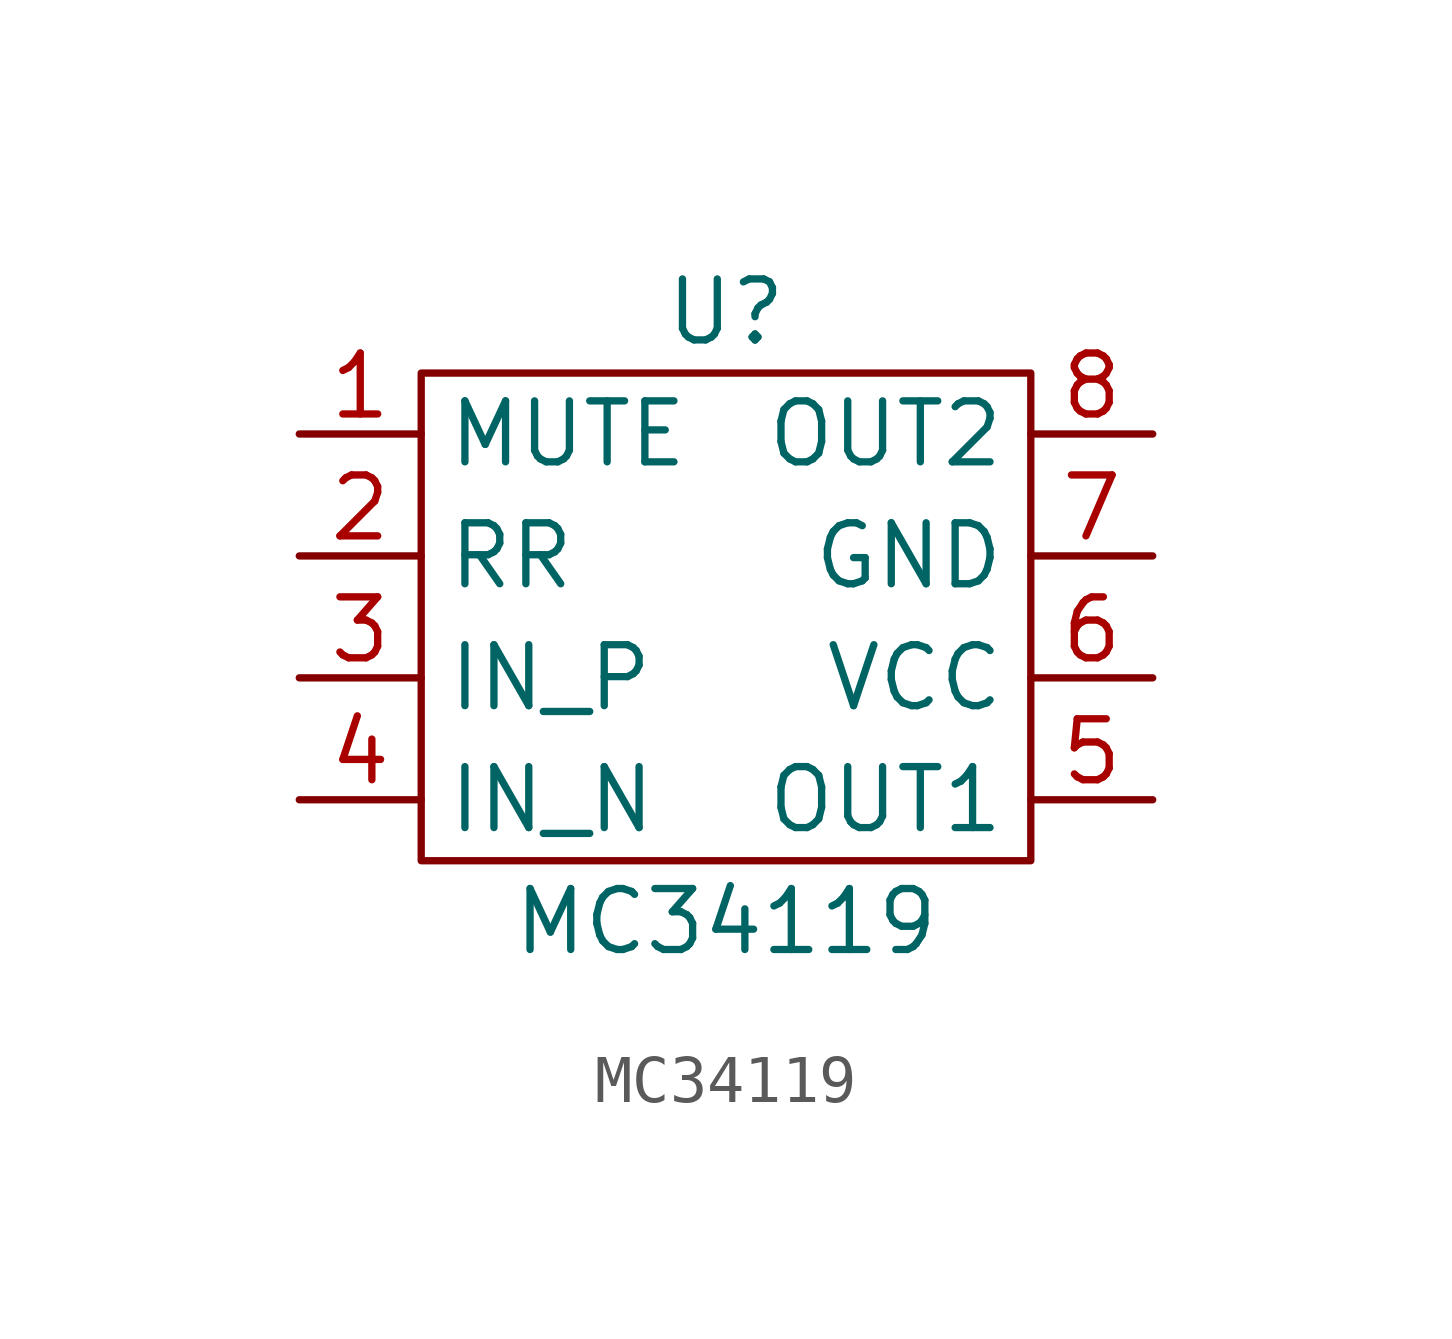
<source format=kicad_sym>
(kicad_symbol_lib
  (version 20211014)
  (generator kicad_symbol_editor)
  (symbol "MC34119"
    (property "Reference" "U"
      (at 1.27 6.35 0)
      (effects (font (size 1.27 1.27))))
    (property "Value" "MC34119"
      (at 1.27 -6.35 0)
      (effects (font (size 1.27 1.27))))
    (symbol "MC34119_0_1"
      (rectangle (start -5.08 5.08) (end 7.62 -5.08) (stroke (width 0) (type default) (color 0 0 0 0)) (fill (type none))))
    (symbol "MC34119_1_1"
      (pin input line (at -7.62 3.81 0) (length 2.54) (name "MUTE" (effects (font (size 1.27 1.27)))) (number "1" (effects (font (size 1.27 1.27)))))
      (pin bidirectional line (at -7.62 1.27 0) (length 2.54) (name "RR" (effects (font (size 1.27 1.27)))) (number "2" (effects (font (size 1.27 1.27)))))
      (pin input line (at -7.62 -1.27 0) (length 2.54) (name "IN_P" (effects (font (size 1.27 1.27)))) (number "3" (effects (font (size 1.27 1.27)))))
      (pin input line (at -7.62 -3.81 0) (length 2.54) (name "IN_N" (effects (font (size 1.27 1.27)))) (number "4" (effects (font (size 1.27 1.27)))))
      (pin power_in line (at 10.16 -3.81 180) (length 2.54) (name "OUT1" (effects (font (size 1.27 1.27)))) (number "5" (effects (font (size 1.27 1.27)))))
      (pin power_in line (at 10.16 -1.27 180) (length 2.54) (name "VCC" (effects (font (size 1.27 1.27)))) (number "6" (effects (font (size 1.27 1.27)))))
      (pin power_in line (at 10.16 1.27 180) (length 2.54) (name "GND" (effects (font (size 1.27 1.27)))) (number "7" (effects (font (size 1.27 1.27)))))
      (pin output line (at 10.16 3.81 180) (length 2.54) (name "OUT2" (effects (font (size 1.27 1.27)))) (number "8" (effects (font (size 1.27 1.27))))))))
</source>
